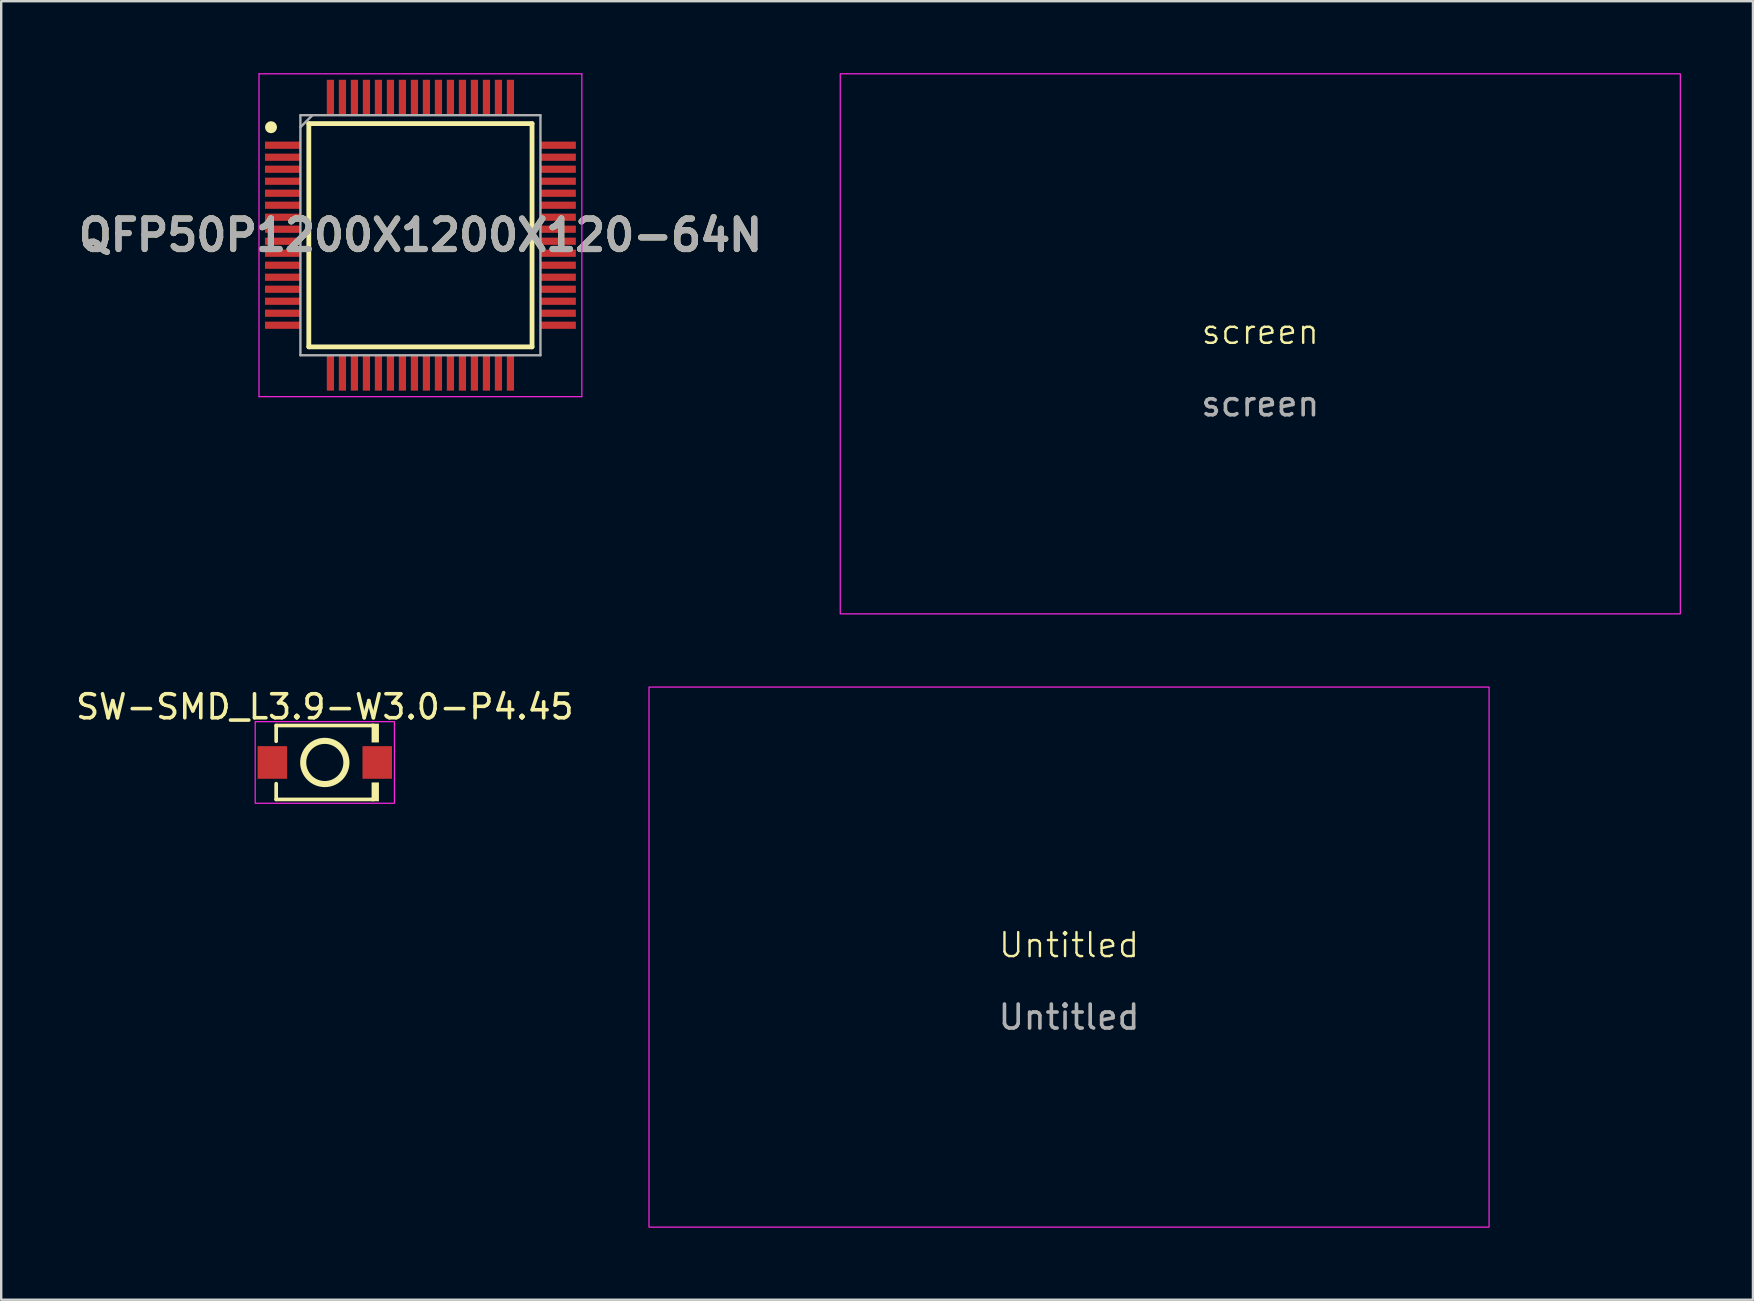
<source format=kicad_pcb>
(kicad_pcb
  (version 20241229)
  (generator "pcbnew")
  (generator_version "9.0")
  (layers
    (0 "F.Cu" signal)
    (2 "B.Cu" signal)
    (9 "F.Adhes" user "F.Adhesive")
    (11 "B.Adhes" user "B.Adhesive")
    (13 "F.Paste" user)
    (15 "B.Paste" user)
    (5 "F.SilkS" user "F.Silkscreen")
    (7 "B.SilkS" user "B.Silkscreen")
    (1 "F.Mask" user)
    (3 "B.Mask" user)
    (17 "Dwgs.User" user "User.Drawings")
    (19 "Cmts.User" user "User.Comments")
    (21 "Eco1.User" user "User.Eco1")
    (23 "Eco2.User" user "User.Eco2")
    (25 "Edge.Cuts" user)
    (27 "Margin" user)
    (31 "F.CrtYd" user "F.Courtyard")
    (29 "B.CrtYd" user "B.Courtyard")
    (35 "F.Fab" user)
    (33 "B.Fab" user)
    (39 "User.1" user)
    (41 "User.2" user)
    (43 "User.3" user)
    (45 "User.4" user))
  (footprint "screen"
    (layer "F.Cu")
    (at 49.457 11.275)
    (property "Reference" "screen" (at 0 -0.5 0) (unlocked yes) (layer "F.SilkS") (effects (font (size 1 1) (thickness 0.1))))
    (attr smd)
    (fp_rect (start -17.5 -11.25) (end 17.5 11.25) (stroke (width 0.05) (type default)) (fill no) (layer "F.CrtYd"))
    (fp_text user "${REFERENCE}" (at 0 2.5 0) (unlocked yes) (layer "F.Fab") (effects (font (size 1 1) (thickness 0.15)))))
  (footprint "SW-SMD_L3.9-W3.0-P4.45"
    (layer "F.Cu")
    (at 10.482 28.716)
    (property "Reference" "SW-SMD_L3.9-W3.0-P4.45" (at 0 -2.317 0) (layer "F.SilkS") (effects (font (size 1 1) (thickness 0.15))))
    (fp_line (start -2.026 -1.541) (end -2.026 -0.883) (stroke (width 0.152) (type default)) (layer "F.SilkS"))
    (fp_line (start -2.026 1.541) (end -2.026 0.883) (stroke (width 0.152) (type default)) (layer "F.SilkS"))
    (fp_line (start 2.026 -1.541) (end -2.026 -1.541) (stroke (width 0.152) (type default)) (layer "F.SilkS"))
    (fp_line (start 2.026 1.541) (end -2.026 1.541) (stroke (width 0.152) (type default)) (layer "F.SilkS"))
    (fp_circle (center 0 0) (end 0.9 0) (stroke (width 0.254) (type default)) (fill no) (layer "F.SilkS"))
    (fp_poly (pts (xy 1.95 -1.617) (xy 1.95 -0.833) (xy 2.255 -0.833) (xy 2.255 -1.617)) (stroke (width 0) (type default)) (fill yes) (layer "F.SilkS"))
    (fp_poly (pts (xy 1.95 1.617) (xy 1.95 0.833) (xy 2.255 0.833) (xy 2.255 1.617)) (stroke (width 0) (type default)) (fill yes) (layer "F.SilkS"))
    (fp_rect (start -2.9 -1.7) (end 2.9 1.7) (stroke (width 0.05) (type default)) (fill no) (layer "F.CrtYd"))
    (fp_poly (pts (xy -2.5 -0.65) (xy -2.5 0.65) (xy -1.6 0.65) (xy -1.6 -0.65)) (stroke (width 0.1) (type default)) (fill no) (layer "User.1"))
    (fp_poly (pts (xy 2.5 -0.65) (xy 2.5 0.65) (xy 1.6 0.65) (xy 1.6 -0.65)) (stroke (width 0.1) (type default)) (fill no) (layer "User.1"))
    (fp_line (start -1.95 -1.465) (end 1.95 -1.465) (stroke (width 0.051) (type default)) (layer "User.2"))
    (fp_line (start -1.95 1.465) (end -1.95 -1.465) (stroke (width 0.051) (type default)) (layer "User.2"))
    (fp_line (start 1.95 -1.465) (end 1.95 1.465) (stroke (width 0.051) (type default)) (layer "User.2"))
    (fp_line (start 1.95 1.465) (end -1.95 1.465) (stroke (width 0.051) (type default)) (layer "User.2"))
    (fp_poly (pts (xy 2.56 -1.465) (xy 2.542 -1.507) (xy 2.5 -1.525) (xy 2.458 -1.507) (xy 2.44 -1.465) (xy 2.458 -1.423) (xy 2.5 -1.405) (xy 2.542 -1.423)) (stroke (width 0.1) (type default)) (fill no) (layer "User.3"))
    (pad "1" smd rect (at -2.185 0) (size 1.23 1.36) (layers "F.Cu" "F.Mask" "F.Paste"))
    (pad "2" smd rect (at 2.185 0) (size 1.23 1.36) (layers "F.Cu" "F.Mask" "F.Paste")))
  (footprint "QFP50P1200X1200X120-64N"
    (layer "F.Cu")
    (at 14.466 6.75)
    (property "Reference" "QFP50P1200X1200X120-64N" (at 0 0 0) (layer "F.SilkS") (effects (font (size 1.27 1.27) (thickness 0.254))))
    (attr smd)
    (fp_line (start -4.65 -4.65) (end 4.65 -4.65) (stroke (width 0.2) (type solid)) (layer "F.SilkS"))
    (fp_line (start -4.65 4.65) (end -4.65 -4.65) (stroke (width 0.2) (type solid)) (layer "F.SilkS"))
    (fp_line (start 4.65 -4.65) (end 4.65 4.65) (stroke (width 0.2) (type solid)) (layer "F.SilkS"))
    (fp_line (start 4.65 4.65) (end -4.65 4.65) (stroke (width 0.2) (type solid)) (layer "F.SilkS"))
    (fp_circle (center -6.225 -4.5) (end -6.225 -4.375) (stroke (width 0.25) (type solid)) (fill no) (layer "F.SilkS"))
    (fp_line (start -6.725 -6.725) (end 6.725 -6.725) (stroke (width 0.05) (type solid)) (layer "F.CrtYd"))
    (fp_line (start -6.725 6.725) (end -6.725 -6.725) (stroke (width 0.05) (type solid)) (layer "F.CrtYd"))
    (fp_line (start 6.725 -6.725) (end 6.725 6.725) (stroke (width 0.05) (type solid)) (layer "F.CrtYd"))
    (fp_line (start 6.725 6.725) (end -6.725 6.725) (stroke (width 0.05) (type solid)) (layer "F.CrtYd"))
    (fp_line (start -5 -5) (end 5 -5) (stroke (width 0.1) (type solid)) (layer "F.Fab"))
    (fp_line (start -5 -4.5) (end -4.5 -5) (stroke (width 0.1) (type solid)) (layer "F.Fab"))
    (fp_line (start -5 5) (end -5 -5) (stroke (width 0.1) (type solid)) (layer "F.Fab"))
    (fp_line (start 5 -5) (end 5 5) (stroke (width 0.1) (type solid)) (layer "F.Fab"))
    (fp_line (start 5 5) (end -5 5) (stroke (width 0.1) (type solid)) (layer "F.Fab"))
    (fp_text user "${REFERENCE}" (at 0 0 0) (layer "F.Fab") (effects (font (size 1.27 1.27) (thickness 0.254))))
    (pad "1" smd rect (at -5.738 -3.75 90) (size 0.3 1.475) (layers "F.Cu" "F.Mask" "F.Paste"))
    (pad "2" smd rect (at -5.738 -3.25 90) (size 0.3 1.475) (layers "F.Cu" "F.Mask" "F.Paste"))
    (pad "3" smd rect (at -5.738 -2.75 90) (size 0.3 1.475) (layers "F.Cu" "F.Mask" "F.Paste"))
    (pad "4" smd rect (at -5.738 -2.25 90) (size 0.3 1.475) (layers "F.Cu" "F.Mask" "F.Paste"))
    (pad "5" smd rect (at -5.738 -1.75 90) (size 0.3 1.475) (layers "F.Cu" "F.Mask" "F.Paste"))
    (pad "6" smd rect (at -5.738 -1.25 90) (size 0.3 1.475) (layers "F.Cu" "F.Mask" "F.Paste"))
    (pad "7" smd rect (at -5.738 -0.75 90) (size 0.3 1.475) (layers "F.Cu" "F.Mask" "F.Paste"))
    (pad "8" smd rect (at -5.738 -0.25 90) (size 0.3 1.475) (layers "F.Cu" "F.Mask" "F.Paste"))
    (pad "9" smd rect (at -5.738 0.25 90) (size 0.3 1.475) (layers "F.Cu" "F.Mask" "F.Paste"))
    (pad "10" smd rect (at -5.738 0.75 90) (size 0.3 1.475) (layers "F.Cu" "F.Mask" "F.Paste"))
    (pad "11" smd rect (at -5.738 1.25 90) (size 0.3 1.475) (layers "F.Cu" "F.Mask" "F.Paste"))
    (pad "12" smd rect (at -5.738 1.75 90) (size 0.3 1.475) (layers "F.Cu" "F.Mask" "F.Paste"))
    (pad "13" smd rect (at -5.738 2.25 90) (size 0.3 1.475) (layers "F.Cu" "F.Mask" "F.Paste"))
    (pad "14" smd rect (at -5.738 2.75 90) (size 0.3 1.475) (layers "F.Cu" "F.Mask" "F.Paste"))
    (pad "15" smd rect (at -5.738 3.25 90) (size 0.3 1.475) (layers "F.Cu" "F.Mask" "F.Paste"))
    (pad "16" smd rect (at -5.738 3.75 90) (size 0.3 1.475) (layers "F.Cu" "F.Mask" "F.Paste"))
    (pad "17" smd rect (at -3.75 5.738) (size 0.3 1.475) (layers "F.Cu" "F.Mask" "F.Paste"))
    (pad "18" smd rect (at -3.25 5.738) (size 0.3 1.475) (layers "F.Cu" "F.Mask" "F.Paste"))
    (pad "19" smd rect (at -2.75 5.738) (size 0.3 1.475) (layers "F.Cu" "F.Mask" "F.Paste"))
    (pad "20" smd rect (at -2.25 5.738) (size 0.3 1.475) (layers "F.Cu" "F.Mask" "F.Paste"))
    (pad "21" smd rect (at -1.75 5.738) (size 0.3 1.475) (layers "F.Cu" "F.Mask" "F.Paste"))
    (pad "22" smd rect (at -1.25 5.738) (size 0.3 1.475) (layers "F.Cu" "F.Mask" "F.Paste"))
    (pad "23" smd rect (at -0.75 5.738) (size 0.3 1.475) (layers "F.Cu" "F.Mask" "F.Paste"))
    (pad "24" smd rect (at -0.25 5.738) (size 0.3 1.475) (layers "F.Cu" "F.Mask" "F.Paste"))
    (pad "25" smd rect (at 0.25 5.738) (size 0.3 1.475) (layers "F.Cu" "F.Mask" "F.Paste"))
    (pad "26" smd rect (at 0.75 5.738) (size 0.3 1.475) (layers "F.Cu" "F.Mask" "F.Paste"))
    (pad "27" smd rect (at 1.25 5.738) (size 0.3 1.475) (layers "F.Cu" "F.Mask" "F.Paste"))
    (pad "28" smd rect (at 1.75 5.738) (size 0.3 1.475) (layers "F.Cu" "F.Mask" "F.Paste"))
    (pad "29" smd rect (at 2.25 5.738) (size 0.3 1.475) (layers "F.Cu" "F.Mask" "F.Paste"))
    (pad "30" smd rect (at 2.75 5.738) (size 0.3 1.475) (layers "F.Cu" "F.Mask" "F.Paste"))
    (pad "31" smd rect (at 3.25 5.738) (size 0.3 1.475) (layers "F.Cu" "F.Mask" "F.Paste"))
    (pad "32" smd rect (at 3.75 5.738) (size 0.3 1.475) (layers "F.Cu" "F.Mask" "F.Paste"))
    (pad "33" smd rect (at 5.738 3.75 90) (size 0.3 1.475) (layers "F.Cu" "F.Mask" "F.Paste"))
    (pad "34" smd rect (at 5.738 3.25 90) (size 0.3 1.475) (layers "F.Cu" "F.Mask" "F.Paste"))
    (pad "35" smd rect (at 5.738 2.75 90) (size 0.3 1.475) (layers "F.Cu" "F.Mask" "F.Paste"))
    (pad "36" smd rect (at 5.738 2.25 90) (size 0.3 1.475) (layers "F.Cu" "F.Mask" "F.Paste"))
    (pad "37" smd rect (at 5.738 1.75 90) (size 0.3 1.475) (layers "F.Cu" "F.Mask" "F.Paste"))
    (pad "38" smd rect (at 5.738 1.25 90) (size 0.3 1.475) (layers "F.Cu" "F.Mask" "F.Paste"))
    (pad "39" smd rect (at 5.738 0.75 90) (size 0.3 1.475) (layers "F.Cu" "F.Mask" "F.Paste"))
    (pad "40" smd rect (at 5.738 0.25 90) (size 0.3 1.475) (layers "F.Cu" "F.Mask" "F.Paste"))
    (pad "41" smd rect (at 5.738 -0.25 90) (size 0.3 1.475) (layers "F.Cu" "F.Mask" "F.Paste"))
    (pad "42" smd rect (at 5.738 -0.75 90) (size 0.3 1.475) (layers "F.Cu" "F.Mask" "F.Paste"))
    (pad "43" smd rect (at 5.738 -1.25 90) (size 0.3 1.475) (layers "F.Cu" "F.Mask" "F.Paste"))
    (pad "44" smd rect (at 5.738 -1.75 90) (size 0.3 1.475) (layers "F.Cu" "F.Mask" "F.Paste"))
    (pad "45" smd rect (at 5.738 -2.25 90) (size 0.3 1.475) (layers "F.Cu" "F.Mask" "F.Paste"))
    (pad "46" smd rect (at 5.738 -2.75 90) (size 0.3 1.475) (layers "F.Cu" "F.Mask" "F.Paste"))
    (pad "47" smd rect (at 5.738 -3.25 90) (size 0.3 1.475) (layers "F.Cu" "F.Mask" "F.Paste"))
    (pad "48" smd rect (at 5.738 -3.75 90) (size 0.3 1.475) (layers "F.Cu" "F.Mask" "F.Paste"))
    (pad "49" smd rect (at 3.75 -5.738) (size 0.3 1.475) (layers "F.Cu" "F.Mask" "F.Paste"))
    (pad "50" smd rect (at 3.25 -5.738) (size 0.3 1.475) (layers "F.Cu" "F.Mask" "F.Paste"))
    (pad "51" smd rect (at 2.75 -5.738) (size 0.3 1.475) (layers "F.Cu" "F.Mask" "F.Paste"))
    (pad "52" smd rect (at 2.25 -5.738) (size 0.3 1.475) (layers "F.Cu" "F.Mask" "F.Paste"))
    (pad "53" smd rect (at 1.75 -5.738) (size 0.3 1.475) (layers "F.Cu" "F.Mask" "F.Paste"))
    (pad "54" smd rect (at 1.25 -5.738) (size 0.3 1.475) (layers "F.Cu" "F.Mask" "F.Paste"))
    (pad "55" smd rect (at 0.75 -5.738) (size 0.3 1.475) (layers "F.Cu" "F.Mask" "F.Paste"))
    (pad "56" smd rect (at 0.25 -5.738) (size 0.3 1.475) (layers "F.Cu" "F.Mask" "F.Paste"))
    (pad "57" smd rect (at -0.25 -5.738) (size 0.3 1.475) (layers "F.Cu" "F.Mask" "F.Paste"))
    (pad "58" smd rect (at -0.75 -5.738) (size 0.3 1.475) (layers "F.Cu" "F.Mask" "F.Paste"))
    (pad "59" smd rect (at -1.25 -5.738) (size 0.3 1.475) (layers "F.Cu" "F.Mask" "F.Paste"))
    (pad "60" smd rect (at -1.75 -5.738) (size 0.3 1.475) (layers "F.Cu" "F.Mask" "F.Paste"))
    (pad "61" smd rect (at -2.25 -5.738) (size 0.3 1.475) (layers "F.Cu" "F.Mask" "F.Paste"))
    (pad "62" smd rect (at -2.75 -5.738) (size 0.3 1.475) (layers "F.Cu" "F.Mask" "F.Paste"))
    (pad "63" smd rect (at -3.25 -5.738) (size 0.3 1.475) (layers "F.Cu" "F.Mask" "F.Paste"))
    (pad "64" smd rect (at -3.75 -5.738) (size 0.3 1.475) (layers "F.Cu" "F.Mask" "F.Paste")))
  (footprint "Untitled"
    (layer "F.Cu")
    (at 41.489 36.825)
    (property "Reference" "Untitled" (at 0 -0.5 0) (unlocked yes) (layer "F.SilkS") (effects (font (size 1 1) (thickness 0.1))))
    (attr smd)
    (fp_rect (start -17.5 -11.25) (end 17.5 11.25) (stroke (width 0.05) (type default)) (fill no) (layer "F.CrtYd"))
    (fp_text user "${REFERENCE}" (at 0 2.5 0) (unlocked yes) (layer "F.Fab") (effects (font (size 1 1) (thickness 0.15)))))
  (gr_rect
    (start -3 -3)
    (end 69.982 51.1)
    (stroke (width 0.1) (type default))
    (fill no)
    (layer "Edge.Cuts")))
</source>
